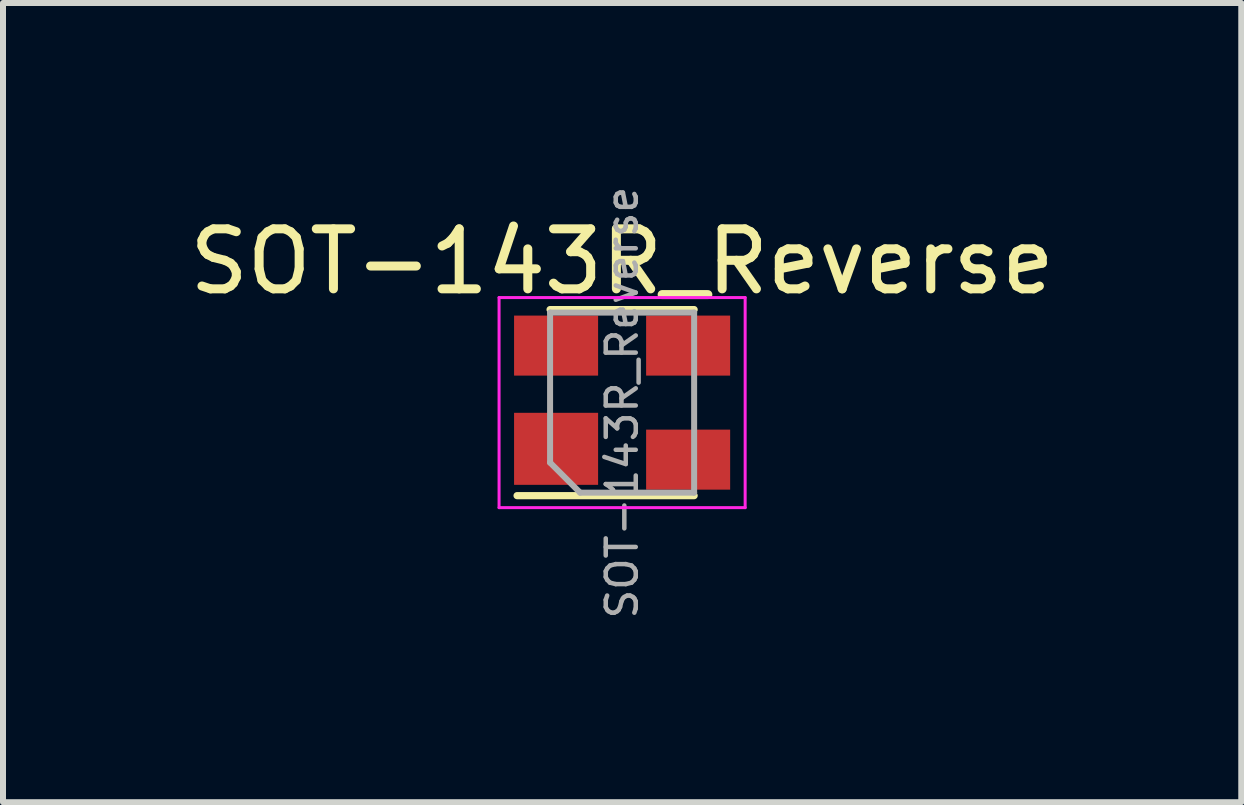
<source format=kicad_pcb>
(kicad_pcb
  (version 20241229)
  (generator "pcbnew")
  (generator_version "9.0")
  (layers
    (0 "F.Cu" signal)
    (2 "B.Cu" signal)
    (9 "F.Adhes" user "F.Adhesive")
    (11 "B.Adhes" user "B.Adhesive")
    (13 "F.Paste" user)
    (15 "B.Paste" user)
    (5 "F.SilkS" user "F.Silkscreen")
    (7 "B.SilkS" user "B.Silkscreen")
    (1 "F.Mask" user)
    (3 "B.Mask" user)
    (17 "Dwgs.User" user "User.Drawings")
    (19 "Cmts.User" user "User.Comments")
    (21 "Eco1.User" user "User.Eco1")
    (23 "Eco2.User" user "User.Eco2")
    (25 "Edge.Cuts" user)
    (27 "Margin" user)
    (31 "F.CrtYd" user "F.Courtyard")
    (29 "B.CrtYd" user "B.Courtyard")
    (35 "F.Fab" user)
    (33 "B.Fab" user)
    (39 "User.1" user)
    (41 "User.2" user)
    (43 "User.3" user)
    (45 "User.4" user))
  (footprint "SOT-143R_Reverse"
    (layer "F.Cu")
    (at 7.315 3.658)
    (property "Reference" "SOT-143R_Reverse" (at 0 -2.35 0) (layer "F.SilkS") (effects (font (size 1 1) (thickness 0.15))))
    (attr smd)
    (fp_line (start -1.2 -1.55) (end 1.2 -1.55) (stroke (width 0.12) (type solid)) (layer "F.SilkS"))
    (fp_line (start 1.2 1.55) (end -1.75 1.55) (stroke (width 0.12) (type solid)) (layer "F.SilkS"))
    (fp_line (start -2.05 1.75) (end -2.05 -1.75) (stroke (width 0.05) (type solid)) (layer "F.CrtYd"))
    (fp_line (start -2.05 1.75) (end 2.05 1.75) (stroke (width 0.05) (type solid)) (layer "F.CrtYd"))
    (fp_line (start 2.05 -1.75) (end -2.05 -1.75) (stroke (width 0.05) (type solid)) (layer "F.CrtYd"))
    (fp_line (start 2.05 -1.75) (end 2.05 1.75) (stroke (width 0.05) (type solid)) (layer "F.CrtYd"))
    (fp_line (start -1.2 -1.5) (end 1.2 -1.5) (stroke (width 0.1) (type solid)) (layer "F.Fab"))
    (fp_line (start -1.2 1) (end -1.2 -1.5) (stroke (width 0.1) (type solid)) (layer "F.Fab"))
    (fp_line (start -0.7 1.5) (end -1.2 1) (stroke (width 0.1) (type solid)) (layer "F.Fab"))
    (fp_line (start 1.2 -1.5) (end 1.2 1.5) (stroke (width 0.1) (type solid)) (layer "F.Fab"))
    (fp_line (start 1.2 1.5) (end -0.7 1.5) (stroke (width 0.1) (type solid)) (layer "F.Fab"))
    (fp_text user "${REFERENCE}" (at 0 0 90) (layer "F.Fab") (effects (font (size 0.5 0.5) (thickness 0.075))))
    (pad "1" smd rect (at -1.1 0.77 270) (size 1.2 1.4) (layers "F.Cu" "F.Mask" "F.Paste"))
    (pad "2" smd rect (at -1.1 -0.95 270) (size 1 1.4) (layers "F.Cu" "F.Mask" "F.Paste"))
    (pad "3" smd rect (at 1.1 -0.95 270) (size 1 1.4) (layers "F.Cu" "F.Mask" "F.Paste"))
    (pad "4" smd rect (at 1.1 0.95 270) (size 1 1.4) (layers "F.Cu" "F.Mask" "F.Paste")))
  (gr_rect
    (start -3 -3)
    (end 17.631 10.315)
    (stroke (width 0.1) (type default))
    (fill no)
    (layer "Edge.Cuts")))
</source>
